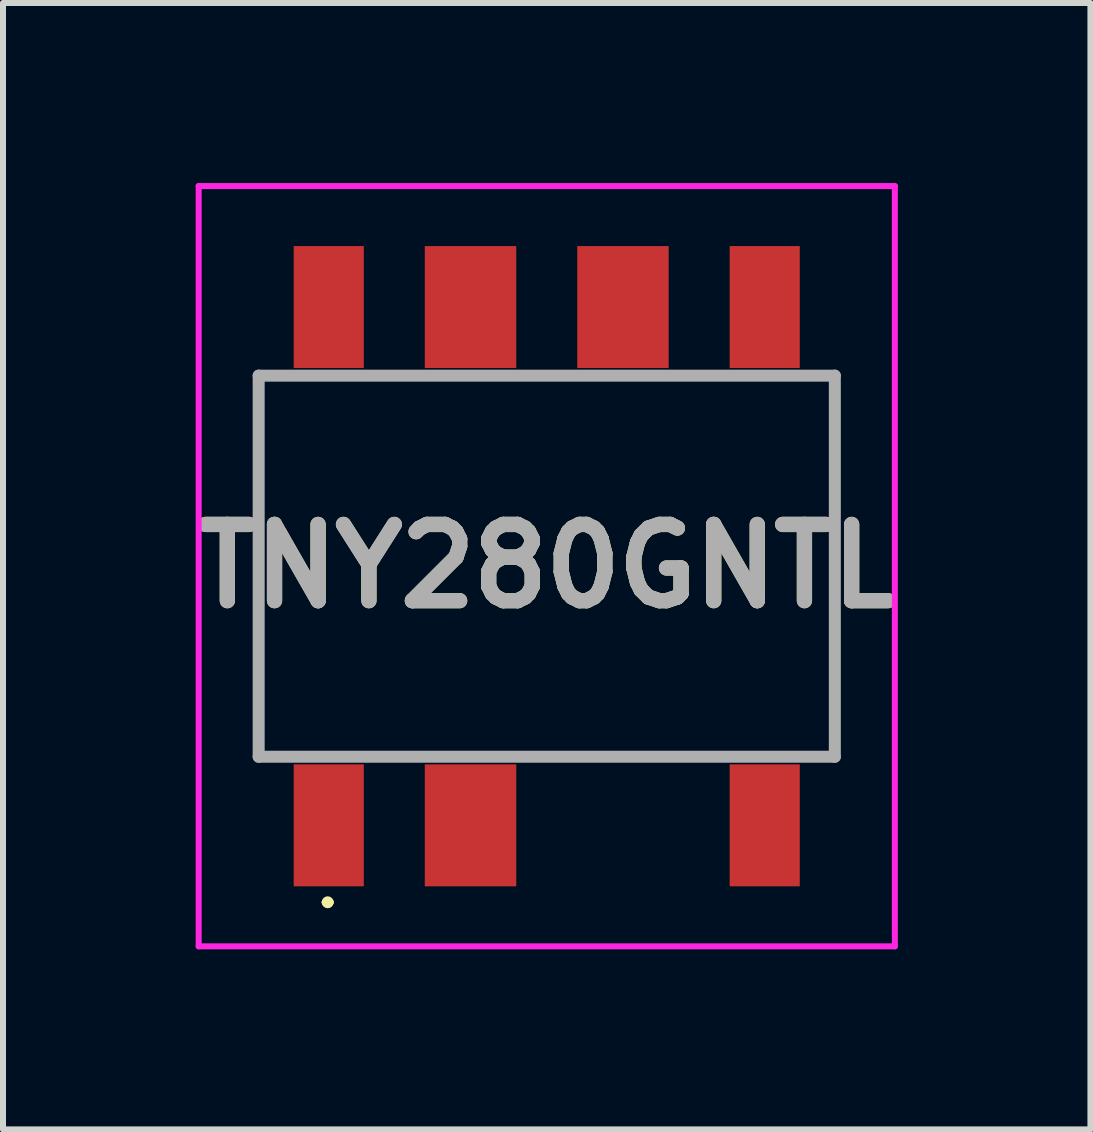
<source format=kicad_pcb>
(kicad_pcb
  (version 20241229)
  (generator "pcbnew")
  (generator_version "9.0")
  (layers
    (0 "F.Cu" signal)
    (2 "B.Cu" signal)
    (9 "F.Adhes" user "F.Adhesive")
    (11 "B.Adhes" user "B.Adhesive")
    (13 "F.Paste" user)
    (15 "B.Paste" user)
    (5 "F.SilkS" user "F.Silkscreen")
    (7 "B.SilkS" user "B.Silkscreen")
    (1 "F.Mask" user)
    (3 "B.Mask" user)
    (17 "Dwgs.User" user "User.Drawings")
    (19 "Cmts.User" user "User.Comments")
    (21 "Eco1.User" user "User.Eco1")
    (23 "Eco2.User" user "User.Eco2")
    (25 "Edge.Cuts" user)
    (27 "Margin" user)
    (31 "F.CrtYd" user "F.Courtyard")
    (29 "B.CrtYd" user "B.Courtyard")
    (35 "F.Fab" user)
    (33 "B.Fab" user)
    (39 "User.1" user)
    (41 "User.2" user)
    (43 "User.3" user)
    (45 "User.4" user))
  (footprint "TNY280GNTL"
    (layer "F.Cu")
    (at 6.06 6.384)
    (property "Reference" "TNY280GNTL" (at 0 0 0) (layer "F.SilkS") (effects (font (size 1.27 1.27) (thickness 0.254))))
    (attr smd)
    (fp_line (start -4.8 -3.175) (end -4.8 3.175) (stroke (width 0.1) (type solid)) (layer "F.SilkS"))
    (fp_line (start -3.7 5.6) (end -3.7 5.6) (stroke (width 0.1) (type solid)) (layer "F.SilkS"))
    (fp_line (start -3.6 5.6) (end -3.6 5.6) (stroke (width 0.1) (type solid)) (layer "F.SilkS"))
    (fp_line (start 4.8 -3.175) (end 4.8 3.175) (stroke (width 0.1) (type solid)) (layer "F.SilkS"))
    (fp_arc (start -3.7 5.6) (mid -3.65 5.55) (end -3.6 5.6) (stroke (width 0.1) (type solid)) (layer "F.SilkS"))
    (fp_arc (start -3.6 5.6) (mid -3.65 5.65) (end -3.7 5.6) (stroke (width 0.1) (type solid)) (layer "F.SilkS"))
    (fp_line (start -5.8 -6.334) (end 5.8 -6.334) (stroke (width 0.1) (type solid)) (layer "F.CrtYd"))
    (fp_line (start -5.8 6.334) (end -5.8 -6.334) (stroke (width 0.1) (type solid)) (layer "F.CrtYd"))
    (fp_line (start 5.8 -6.334) (end 5.8 6.334) (stroke (width 0.1) (type solid)) (layer "F.CrtYd"))
    (fp_line (start 5.8 6.334) (end -5.8 6.334) (stroke (width 0.1) (type solid)) (layer "F.CrtYd"))
    (fp_line (start -4.8 -3.175) (end 4.8 -3.175) (stroke (width 0.2) (type solid)) (layer "F.Fab"))
    (fp_line (start -4.8 3.175) (end -4.8 -3.175) (stroke (width 0.2) (type solid)) (layer "F.Fab"))
    (fp_line (start 4.8 -3.175) (end 4.8 3.175) (stroke (width 0.2) (type solid)) (layer "F.Fab"))
    (fp_line (start 4.8 3.175) (end -4.8 3.175) (stroke (width 0.2) (type solid)) (layer "F.Fab"))
    (fp_text user "${REFERENCE}" (at 0 0 0) (layer "F.Fab") (effects (font (size 1.27 1.27) (thickness 0.254))))
    (pad "1" smd rect (at -3.632 4.318) (size 1.168 2.032) (layers "F.Cu" "F.Mask" "F.Paste"))
    (pad "2" smd rect (at -1.27 4.318) (size 1.524 2.032) (layers "F.Cu" "F.Mask" "F.Paste"))
    (pad "4" smd rect (at 3.632 4.318) (size 1.168 2.032) (layers "F.Cu" "F.Mask" "F.Paste"))
    (pad "5" smd rect (at 3.632 -4.318) (size 1.168 2.032) (layers "F.Cu" "F.Mask" "F.Paste"))
    (pad "6" smd rect (at 1.27 -4.318) (size 1.524 2.032) (layers "F.Cu" "F.Mask" "F.Paste"))
    (pad "7" smd rect (at -1.27 -4.318) (size 1.524 2.032) (layers "F.Cu" "F.Mask" "F.Paste"))
    (pad "8" smd rect (at -3.632 -4.318) (size 1.168 2.032) (layers "F.Cu" "F.Mask" "F.Paste")))
  (gr_rect
    (start -3 -3)
    (end 15.119 15.768)
    (stroke (width 0.1) (type default))
    (fill no)
    (layer "Edge.Cuts")))
</source>
